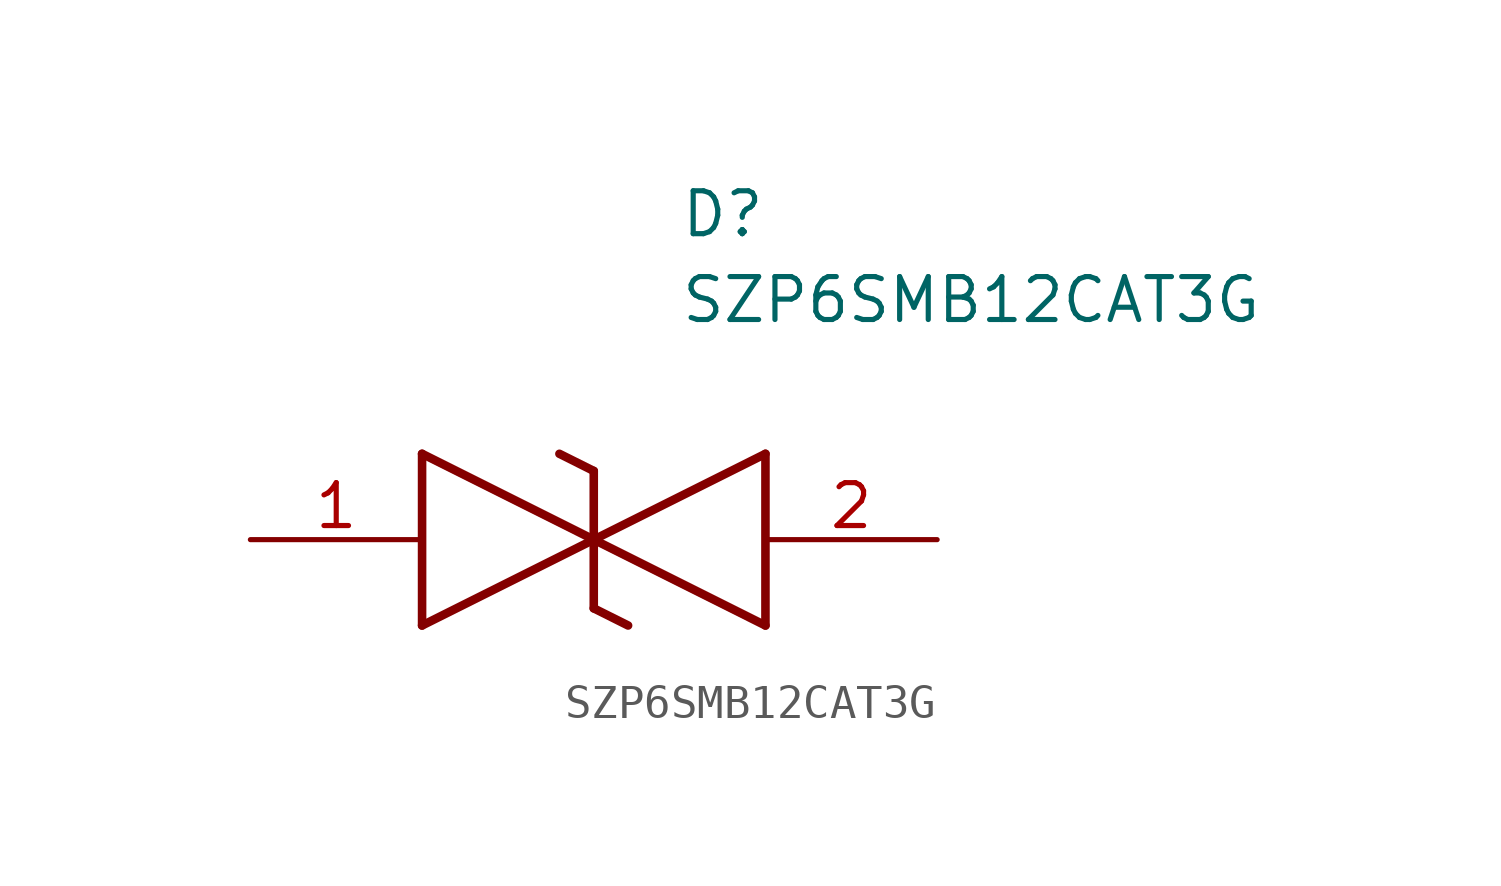
<source format=kicad_sym>
(kicad_symbol_lib
  (version 20211014)
  (generator SamacSys_ECAD_Model)
  (symbol "SZP6SMB12CAT3G"
    (pin_names hide)
    (property "Reference" "D"
      (at 12.7 8.89 0)
      (effects (font (size 1.27 1.27)) (justify left bottom)))
    (property "Value" "SZP6SMB12CAT3G"
      (at 12.7 6.35 0)
      (effects (font (size 1.27 1.27)) (justify left bottom)))
    (polyline
      (pts (xy 10.16 0) (xy 5.08 -2.54))
      (stroke (width 0.254) (type default))
      (fill (type none)))
    (polyline
      (pts (xy 5.08 2.54) (xy 5.08 -2.54))
      (stroke (width 0.254) (type default))
      (fill (type none)))
    (polyline
      (pts (xy 5.08 2.54) (xy 10.16 0))
      (stroke (width 0.254) (type default))
      (fill (type none)))
    (polyline
      (pts (xy 10.16 0) (xy 15.24 -2.54))
      (stroke (width 0.254) (type default))
      (fill (type none)))
    (polyline
      (pts (xy 15.24 2.54) (xy 15.24 -2.54))
      (stroke (width 0.254) (type default))
      (fill (type none)))
    (polyline
      (pts (xy 15.24 2.54) (xy 10.16 0))
      (stroke (width 0.254) (type default))
      (fill (type none)))
    (polyline
      (pts (xy 10.16 -2.032) (xy 10.16 2.032))
      (stroke (width 0.254) (type default))
      (fill (type none)))
    (polyline
      (pts (xy 9.144 2.54) (xy 10.16 2.032))
      (stroke (width 0.254) (type default))
      (fill (type none)))
    (polyline
      (pts (xy 10.16 -2.032) (xy 11.176 -2.54))
      (stroke (width 0.254) (type default))
      (fill (type none)))
    (pin passive line
      (at 0 0 0)
      (length 5.08)
      (name "1" (effects (font (size 1.27 1.27))))
      (number "1" (effects (font (size 1.27 1.27)))))
    (pin passive line
      (at 20.32 0 180)
      (length 5.08)
      (name "2" (effects (font (size 1.27 1.27))))
      (number "2" (effects (font (size 1.27 1.27)))))))
</source>
